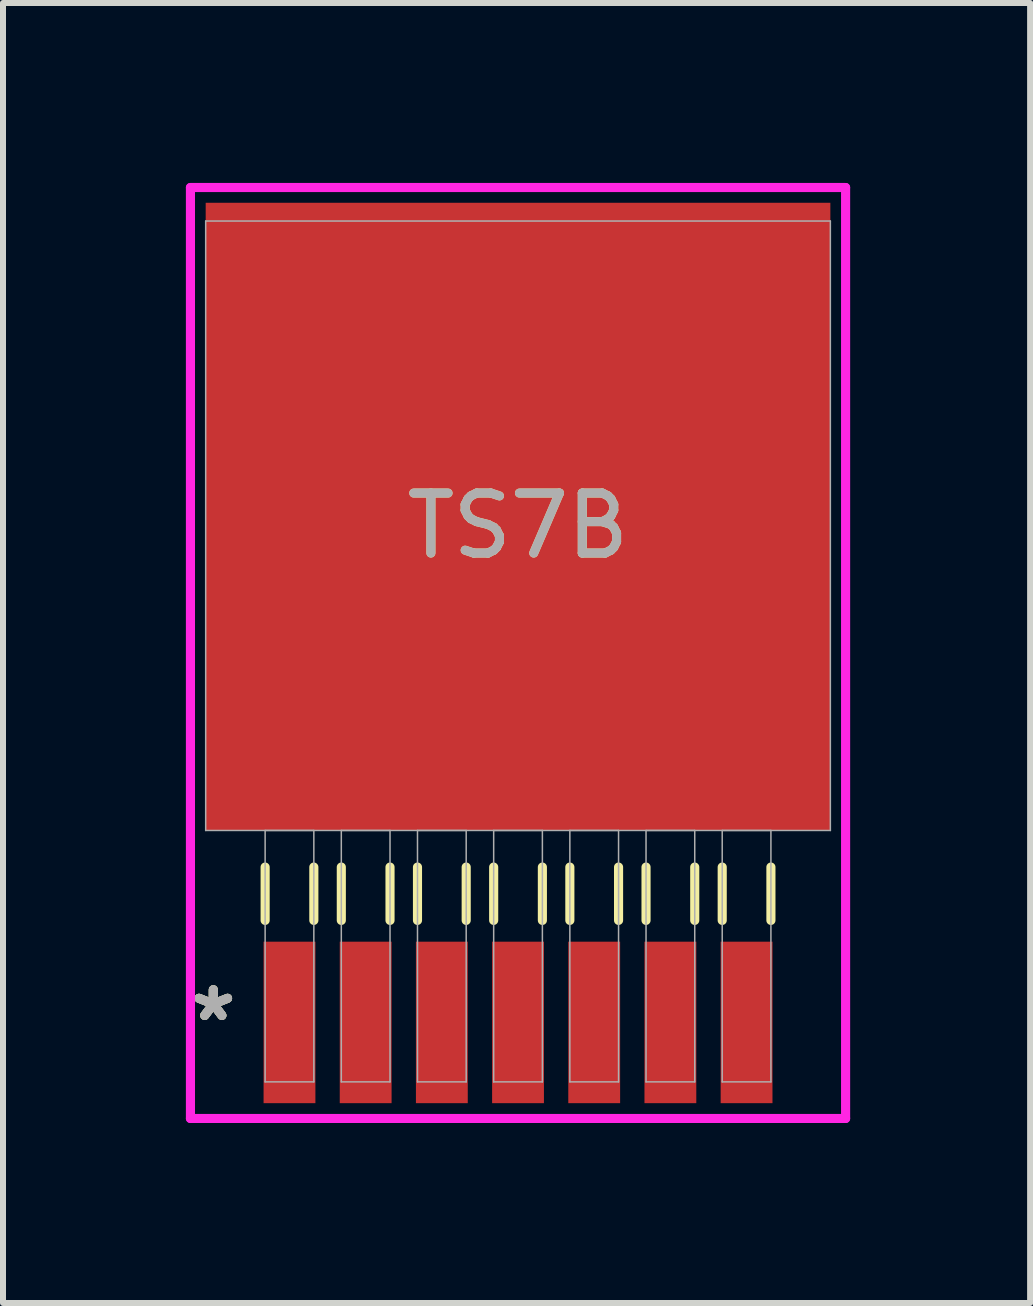
<source format=kicad_pcb>
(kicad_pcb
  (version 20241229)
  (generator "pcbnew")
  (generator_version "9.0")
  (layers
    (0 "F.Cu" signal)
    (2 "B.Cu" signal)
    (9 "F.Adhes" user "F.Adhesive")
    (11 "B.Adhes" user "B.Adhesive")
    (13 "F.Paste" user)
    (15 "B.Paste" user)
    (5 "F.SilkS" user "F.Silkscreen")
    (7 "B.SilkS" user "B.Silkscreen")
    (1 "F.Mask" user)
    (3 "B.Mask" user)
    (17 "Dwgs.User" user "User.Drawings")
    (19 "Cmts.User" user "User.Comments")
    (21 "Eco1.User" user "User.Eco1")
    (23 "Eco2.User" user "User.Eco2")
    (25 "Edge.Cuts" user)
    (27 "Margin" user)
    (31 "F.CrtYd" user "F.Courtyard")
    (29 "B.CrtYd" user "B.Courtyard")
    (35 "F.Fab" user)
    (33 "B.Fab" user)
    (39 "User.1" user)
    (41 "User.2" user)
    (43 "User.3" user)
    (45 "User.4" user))
  (footprint "TS7B"
    (layer "F.Cu")
    (at 5.586 5.715)
    (property "Reference" "TS7B" (at 0 0 0) (unlocked yes) (layer "F.SilkS") (effects (font (size 1 1) (thickness 0.15))))
    (attr smd)
    (fp_line (start -4.216 5.69) (end -4.216 6.579) (stroke (width 0.152) (type solid)) (layer "F.SilkS"))
    (fp_line (start -3.404 5.69) (end -3.404 6.579) (stroke (width 0.152) (type solid)) (layer "F.SilkS"))
    (fp_line (start -2.946 5.69) (end -2.946 6.579) (stroke (width 0.152) (type solid)) (layer "F.SilkS"))
    (fp_line (start -2.134 5.69) (end -2.134 6.579) (stroke (width 0.152) (type solid)) (layer "F.SilkS"))
    (fp_line (start -1.676 5.69) (end -1.676 6.579) (stroke (width 0.152) (type solid)) (layer "F.SilkS"))
    (fp_line (start -0.864 5.69) (end -0.864 6.579) (stroke (width 0.152) (type solid)) (layer "F.SilkS"))
    (fp_line (start -0.406 5.69) (end -0.406 6.579) (stroke (width 0.152) (type solid)) (layer "F.SilkS"))
    (fp_line (start 0.406 5.69) (end 0.406 6.579) (stroke (width 0.152) (type solid)) (layer "F.SilkS"))
    (fp_line (start 0.864 5.69) (end 0.864 6.579) (stroke (width 0.152) (type solid)) (layer "F.SilkS"))
    (fp_line (start 1.676 5.69) (end 1.676 6.579) (stroke (width 0.152) (type solid)) (layer "F.SilkS"))
    (fp_line (start 2.134 5.69) (end 2.134 6.579) (stroke (width 0.152) (type solid)) (layer "F.SilkS"))
    (fp_line (start 2.946 5.69) (end 2.946 6.579) (stroke (width 0.152) (type solid)) (layer "F.SilkS"))
    (fp_line (start 3.404 5.69) (end 3.404 6.579) (stroke (width 0.152) (type solid)) (layer "F.SilkS"))
    (fp_line (start 4.216 5.69) (end 4.216 6.579) (stroke (width 0.152) (type solid)) (layer "F.SilkS"))
    (fp_line (start -5.461 -5.639) (end 5.461 -5.639) (stroke (width 0.152) (type solid)) (layer "F.CrtYd"))
    (fp_line (start -5.461 9.881) (end -5.461 -5.639) (stroke (width 0.152) (type solid)) (layer "F.CrtYd"))
    (fp_line (start 5.461 -5.639) (end 5.461 9.881) (stroke (width 0.152) (type solid)) (layer "F.CrtYd"))
    (fp_line (start 5.461 9.881) (end -5.461 9.881) (stroke (width 0.152) (type solid)) (layer "F.CrtYd"))
    (fp_line (start -5.207 -5.08) (end -5.207 5.08) (stroke (width 0.025) (type solid)) (layer "F.Fab"))
    (fp_line (start -5.207 5.08) (end 5.207 5.08) (stroke (width 0.025) (type solid)) (layer "F.Fab"))
    (fp_line (start -4.216 5.08) (end -4.216 9.271) (stroke (width 0.025) (type solid)) (layer "F.Fab"))
    (fp_line (start -4.216 9.271) (end -3.404 9.271) (stroke (width 0.025) (type solid)) (layer "F.Fab"))
    (fp_line (start -3.404 5.08) (end -4.216 5.08) (stroke (width 0.025) (type solid)) (layer "F.Fab"))
    (fp_line (start -3.404 9.271) (end -3.404 5.08) (stroke (width 0.025) (type solid)) (layer "F.Fab"))
    (fp_line (start -2.946 5.08) (end -2.946 9.271) (stroke (width 0.025) (type solid)) (layer "F.Fab"))
    (fp_line (start -2.946 9.271) (end -2.134 9.271) (stroke (width 0.025) (type solid)) (layer "F.Fab"))
    (fp_line (start -2.134 5.08) (end -2.946 5.08) (stroke (width 0.025) (type solid)) (layer "F.Fab"))
    (fp_line (start -2.134 9.271) (end -2.134 5.08) (stroke (width 0.025) (type solid)) (layer "F.Fab"))
    (fp_line (start -1.676 5.08) (end -1.676 9.271) (stroke (width 0.025) (type solid)) (layer "F.Fab"))
    (fp_line (start -1.676 9.271) (end -0.864 9.271) (stroke (width 0.025) (type solid)) (layer "F.Fab"))
    (fp_line (start -0.864 5.08) (end -1.676 5.08) (stroke (width 0.025) (type solid)) (layer "F.Fab"))
    (fp_line (start -0.864 9.271) (end -0.864 5.08) (stroke (width 0.025) (type solid)) (layer "F.Fab"))
    (fp_line (start -0.406 5.08) (end -0.406 9.271) (stroke (width 0.025) (type solid)) (layer "F.Fab"))
    (fp_line (start -0.406 9.271) (end 0.406 9.271) (stroke (width 0.025) (type solid)) (layer "F.Fab"))
    (fp_line (start 0.406 5.08) (end -0.406 5.08) (stroke (width 0.025) (type solid)) (layer "F.Fab"))
    (fp_line (start 0.406 9.271) (end 0.406 5.08) (stroke (width 0.025) (type solid)) (layer "F.Fab"))
    (fp_line (start 0.864 5.08) (end 0.864 9.271) (stroke (width 0.025) (type solid)) (layer "F.Fab"))
    (fp_line (start 0.864 9.271) (end 1.676 9.271) (stroke (width 0.025) (type solid)) (layer "F.Fab"))
    (fp_line (start 1.676 5.08) (end 0.864 5.08) (stroke (width 0.025) (type solid)) (layer "F.Fab"))
    (fp_line (start 1.676 9.271) (end 1.676 5.08) (stroke (width 0.025) (type solid)) (layer "F.Fab"))
    (fp_line (start 2.134 5.08) (end 2.134 9.271) (stroke (width 0.025) (type solid)) (layer "F.Fab"))
    (fp_line (start 2.134 9.271) (end 2.946 9.271) (stroke (width 0.025) (type solid)) (layer "F.Fab"))
    (fp_line (start 2.946 5.08) (end 2.134 5.08) (stroke (width 0.025) (type solid)) (layer "F.Fab"))
    (fp_line (start 2.946 9.271) (end 2.946 5.08) (stroke (width 0.025) (type solid)) (layer "F.Fab"))
    (fp_line (start 3.404 5.08) (end 3.404 9.271) (stroke (width 0.025) (type solid)) (layer "F.Fab"))
    (fp_line (start 3.404 9.271) (end 4.216 9.271) (stroke (width 0.025) (type solid)) (layer "F.Fab"))
    (fp_line (start 4.216 5.08) (end 3.404 5.08) (stroke (width 0.025) (type solid)) (layer "F.Fab"))
    (fp_line (start 4.216 9.271) (end 4.216 5.08) (stroke (width 0.025) (type solid)) (layer "F.Fab"))
    (fp_line (start 5.207 -5.08) (end -5.207 -5.08) (stroke (width 0.025) (type solid)) (layer "F.Fab"))
    (fp_line (start 5.207 5.08) (end 5.207 -5.08) (stroke (width 0.025) (type solid)) (layer "F.Fab"))
    (fp_text user "*" (at -5.08 8.28 0) (unlocked yes) (layer "F.SilkS") (effects (font (size 1 1) (thickness 0.15))))
    (fp_text user "*" (at -5.08 8.28 0) (layer "F.SilkS") (effects (font (size 1 1) (thickness 0.15))))
    (fp_text user "${REFERENCE}" (at 0 0 0) (unlocked yes) (layer "F.Fab") (effects (font (size 1 1) (thickness 0.15))))
    (fp_text user "*" (at -5.08 8.28 0) (unlocked yes) (layer "F.Fab") (effects (font (size 1 1) (thickness 0.15))))
    (fp_text user "*" (at -5.08 8.28 0) (layer "F.Fab") (effects (font (size 1 1) (thickness 0.15))))
    (pad "1" smd rect (at -3.81 8.28) (size 0.864 2.692) (layers "F.Cu" "F.Mask" "F.Paste"))
    (pad "2" smd rect (at -2.54 8.28) (size 0.864 2.692) (layers "F.Cu" "F.Mask" "F.Paste"))
    (pad "3" smd rect (at -1.27 8.28) (size 0.864 2.692) (layers "F.Cu" "F.Mask" "F.Paste"))
    (pad "4" smd rect (at 0 8.28) (size 0.864 2.692) (layers "F.Cu" "F.Mask" "F.Paste"))
    (pad "5" smd rect (at 1.27 8.28) (size 0.864 2.692) (layers "F.Cu" "F.Mask" "F.Paste"))
    (pad "6" smd rect (at 2.54 8.28) (size 0.864 2.692) (layers "F.Cu" "F.Mask" "F.Paste"))
    (pad "7" smd rect (at 3.81 8.28) (size 0.864 2.692) (layers "F.Cu" "F.Mask" "F.Paste"))
    (pad "8" smd rect (at 0 -0.152) (size 10.414 10.465) (layers "F.Cu" "F.Mask" "F.Paste")))
  (gr_rect
    (start -3 -3)
    (end 14.123 18.672)
    (stroke (width 0.1) (type default))
    (fill no)
    (layer "Edge.Cuts")))
</source>
